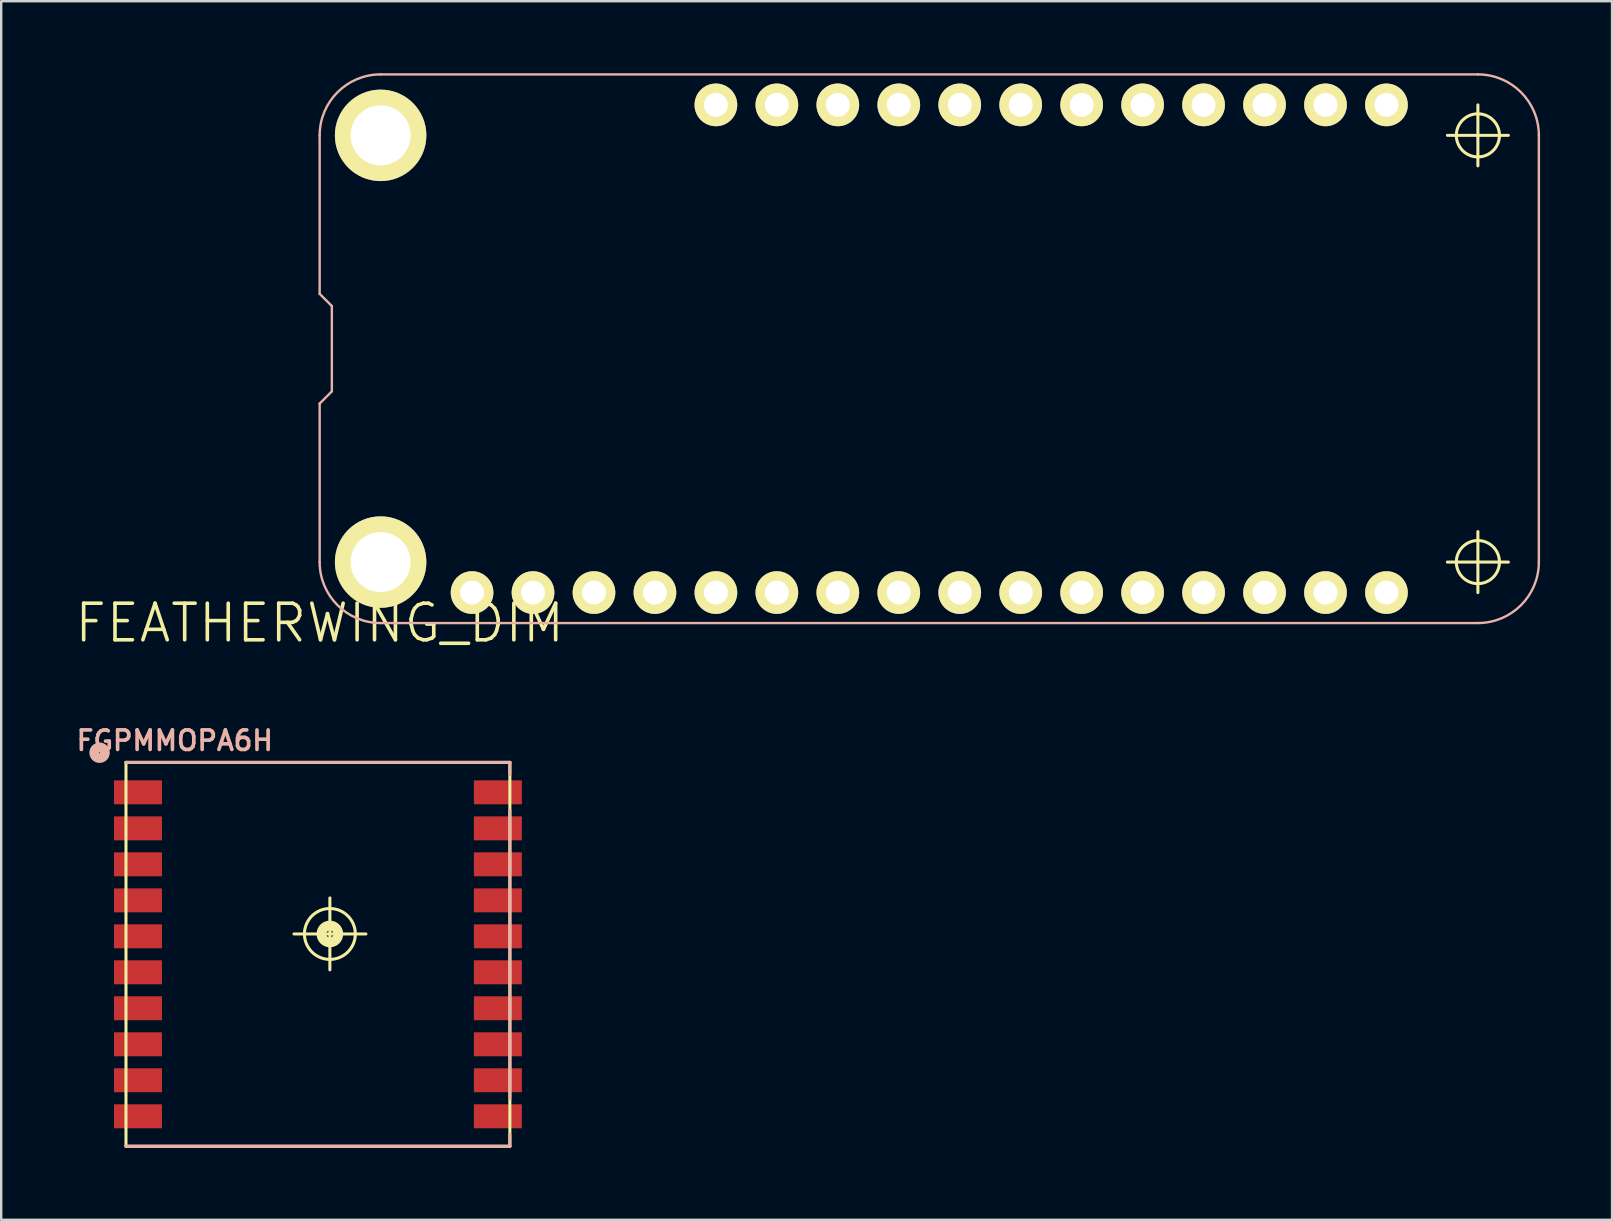
<source format=kicad_pcb>
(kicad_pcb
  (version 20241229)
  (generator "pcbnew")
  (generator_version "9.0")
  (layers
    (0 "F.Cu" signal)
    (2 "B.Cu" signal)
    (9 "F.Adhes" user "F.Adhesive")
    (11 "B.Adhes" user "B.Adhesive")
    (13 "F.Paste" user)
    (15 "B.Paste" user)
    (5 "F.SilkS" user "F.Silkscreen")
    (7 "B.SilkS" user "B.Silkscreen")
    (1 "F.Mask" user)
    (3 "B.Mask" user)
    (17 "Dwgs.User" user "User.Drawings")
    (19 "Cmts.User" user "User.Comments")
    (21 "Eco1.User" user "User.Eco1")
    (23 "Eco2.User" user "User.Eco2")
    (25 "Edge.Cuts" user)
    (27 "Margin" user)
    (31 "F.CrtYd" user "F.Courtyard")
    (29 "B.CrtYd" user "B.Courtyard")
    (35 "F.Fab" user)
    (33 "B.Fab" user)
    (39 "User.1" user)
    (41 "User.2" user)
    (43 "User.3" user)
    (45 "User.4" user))
  (footprint "FGPMMOPA6H"
    (layer "F.Cu")
    (at 10.197 36.713)
    (property "Reference" "FGPMMOPA6H" (at -5.966 -8.905 0) (layer "B.SilkS") (effects (font (size 0.813 0.813) (thickness 0.152))))
    (attr smd)
    (fp_line (start -7.998 -7.998) (end 7.998 -7.998) (stroke (width 0.127) (type solid)) (layer "F.SilkS"))
    (fp_line (start -7.998 7.998) (end -7.998 -7.998) (stroke (width 0.127) (type solid)) (layer "F.SilkS"))
    (fp_line (start -0.998 -0.848) (end 1.999 -0.848) (stroke (width 0.127) (type solid)) (layer "F.SilkS"))
    (fp_line (start 0.498 0.648) (end 0.498 -2.349) (stroke (width 0.127) (type solid)) (layer "F.SilkS"))
    (fp_line (start 7.998 -7.998) (end 7.998 7.998) (stroke (width 0.127) (type solid)) (layer "F.SilkS"))
    (fp_line (start 7.998 7.998) (end -7.998 7.998) (stroke (width 0.127) (type solid)) (layer "F.SilkS"))
    (fp_circle (center 0.498 -0.848) (end 0.747 -1.097) (stroke (width 0.406) (type solid)) (fill no) (layer "F.SilkS"))
    (fp_circle (center 0.498 -0.848) (end 1.247 -1.598) (stroke (width 0.127) (type solid)) (fill no) (layer "F.SilkS"))
    (fp_line (start -7.998 -7.998) (end 7.998 -7.998) (stroke (width 0.127) (type solid)) (layer "B.SilkS"))
    (fp_line (start 7.998 -7.998) (end 7.998 -7.498) (stroke (width 0.127) (type solid)) (layer "B.SilkS"))
    (fp_line (start 7.998 -5.999) (end 7.998 5.999) (stroke (width 0.127) (type solid)) (layer "B.SilkS"))
    (fp_line (start 7.998 7.498) (end 7.998 7.998) (stroke (width 0.127) (type solid)) (layer "B.SilkS"))
    (fp_line (start 7.998 7.998) (end -7.998 7.998) (stroke (width 0.127) (type solid)) (layer "B.SilkS"))
    (fp_circle (center -9.098 -8.4) (end -9.256 -8.557) (stroke (width 0.406) (type solid)) (fill no) (layer "B.SilkS"))
    (pad "P$1" smd rect (at -7.498 -6.749) (size 1.999 0.998) (layers "F.Cu" "F.Mask" "F.Paste"))
    (pad "P$2" smd rect (at -7.498 -5.248) (size 1.999 0.998) (layers "F.Cu" "F.Mask" "F.Paste"))
    (pad "P$3" smd rect (at -7.498 -3.749) (size 1.999 0.998) (layers "F.Cu" "F.Mask" "F.Paste"))
    (pad "P$4" smd rect (at -7.498 -2.248) (size 1.999 0.998) (layers "F.Cu" "F.Mask" "F.Paste"))
    (pad "P$5" smd rect (at -7.498 -0.749) (size 1.999 0.998) (layers "F.Cu" "F.Mask" "F.Paste"))
    (pad "P$6" smd rect (at -7.498 0.749) (size 1.999 0.998) (layers "F.Cu" "F.Mask" "F.Paste"))
    (pad "P$7" smd rect (at -7.498 2.248) (size 1.999 0.998) (layers "F.Cu" "F.Mask" "F.Paste"))
    (pad "P$8" smd rect (at -7.498 3.749) (size 1.999 0.998) (layers "F.Cu" "F.Mask" "F.Paste"))
    (pad "P$9" smd rect (at -7.498 5.248) (size 1.999 0.998) (layers "F.Cu" "F.Mask" "F.Paste"))
    (pad "P$10" smd rect (at -7.498 6.749) (size 1.999 0.998) (layers "F.Cu" "F.Mask" "F.Paste"))
    (pad "P$11" smd rect (at 7.498 6.749 180) (size 1.999 0.998) (layers "F.Cu" "F.Mask" "F.Paste"))
    (pad "P$12" smd rect (at 7.498 5.248 180) (size 1.999 0.998) (layers "F.Cu" "F.Mask" "F.Paste"))
    (pad "P$13" smd rect (at 7.498 3.749 180) (size 1.999 0.998) (layers "F.Cu" "F.Mask" "F.Paste"))
    (pad "P$14" smd rect (at 7.498 2.248 180) (size 1.999 0.998) (layers "F.Cu" "F.Mask" "F.Paste"))
    (pad "P$15" smd rect (at 7.498 0.749 180) (size 1.999 0.998) (layers "F.Cu" "F.Mask" "F.Paste"))
    (pad "P$16" smd rect (at 7.498 -0.749 180) (size 1.999 0.998) (layers "F.Cu" "F.Mask" "F.Paste"))
    (pad "P$17" smd rect (at 7.498 -2.248 180) (size 1.999 0.998) (layers "F.Cu" "F.Mask" "F.Paste"))
    (pad "P$18" smd rect (at 7.498 -3.749 180) (size 1.999 0.998) (layers "F.Cu" "F.Mask" "F.Paste"))
    (pad "P$19" smd rect (at 7.498 -5.248 180) (size 1.999 0.998) (layers "F.Cu" "F.Mask" "F.Paste"))
    (pad "P$20" smd rect (at 7.498 -6.749 180) (size 1.999 0.998) (layers "F.Cu" "F.Mask" "F.Paste")))
  (footprint "FEATHERWING_DIM"
    (layer "F.Cu")
    (at 10.269 22.91)
    (property "Reference" "FEATHERWING_DIM" (at 0 0 0) (layer "F.SilkS") (effects (font (size 1.524 1.524) (thickness 0.15))))
    (attr exclude_from_pos_files exclude_from_bom)
    (fp_line (start 46.99 -20.32) (end 49.53 -20.32) (stroke (width 0.127) (type solid)) (layer "F.SilkS"))
    (fp_line (start 46.99 -2.54) (end 49.53 -2.54) (stroke (width 0.127) (type solid)) (layer "F.SilkS"))
    (fp_line (start 48.26 -19.05) (end 48.26 -21.59) (stroke (width 0.127) (type solid)) (layer "F.SilkS"))
    (fp_line (start 48.26 -1.27) (end 48.26 -3.81) (stroke (width 0.127) (type solid)) (layer "F.SilkS"))
    (fp_circle (center 48.26 -20.32) (end 48.895 -20.955) (stroke (width 0.127) (type solid)) (fill no) (layer "F.SilkS"))
    (fp_circle (center 48.26 -2.54) (end 48.895 -3.175) (stroke (width 0.127) (type solid)) (fill no) (layer "F.SilkS"))
    (fp_line (start 0 -20.32) (end 0 -13.716) (stroke (width 0.1) (type solid)) (layer "B.SilkS"))
    (fp_line (start 0 -13.716) (end 0.508 -13.208) (stroke (width 0.1) (type solid)) (layer "B.SilkS"))
    (fp_line (start 0 -9.144) (end 0 -2.54) (stroke (width 0.1) (type solid)) (layer "B.SilkS"))
    (fp_line (start 0.508 -13.208) (end 0.508 -9.652) (stroke (width 0.1) (type solid)) (layer "B.SilkS"))
    (fp_line (start 0.508 -9.652) (end 0 -9.144) (stroke (width 0.1) (type solid)) (layer "B.SilkS"))
    (fp_line (start 2.54 0) (end 48.26 0) (stroke (width 0.1) (type solid)) (layer "B.SilkS"))
    (fp_line (start 48.26 -22.86) (end 2.54 -22.86) (stroke (width 0.1) (type solid)) (layer "B.SilkS"))
    (fp_line (start 50.8 -2.54) (end 50.8 -20.32) (stroke (width 0.1) (type solid)) (layer "B.SilkS"))
    (fp_arc (start 0 -20.32) (mid 0.743949 -22.116051) (end 2.54 -22.86) (stroke (width 0.1) (type solid)) (layer "B.SilkS"))
    (fp_arc (start 2.54 0) (mid 0.743949 -0.743949) (end 0 -2.54) (stroke (width 0.1) (type solid)) (layer "B.SilkS"))
    (fp_arc (start 48.26 -22.86) (mid 50.056051 -22.116051) (end 50.8 -20.32) (stroke (width 0.1) (type solid)) (layer "B.SilkS"))
    (fp_arc (start 50.8 -2.54) (mid 50.056051 -0.743949) (end 48.26 0) (stroke (width 0.1) (type solid)) (layer "B.SilkS"))
    (pad "1" thru_hole circle (at 6.35 -1.27) (size 1.778 1.778) (drill 0.998) (layers "*.Cu" "F.Mask" "F.SilkS" "F.Paste"))
    (pad "2" thru_hole circle (at 8.89 -1.27) (size 1.778 1.778) (drill 0.998) (layers "*.Cu" "F.Mask" "F.SilkS" "F.Paste"))
    (pad "3" thru_hole circle (at 11.43 -1.27) (size 1.778 1.778) (drill 0.998) (layers "*.Cu" "F.Mask" "F.SilkS" "F.Paste"))
    (pad "4" thru_hole circle (at 13.97 -1.27) (size 1.778 1.778) (drill 0.998) (layers "*.Cu" "F.Mask" "F.SilkS" "F.Paste"))
    (pad "5" thru_hole circle (at 16.51 -1.27) (size 1.778 1.778) (drill 0.998) (layers "*.Cu" "F.Mask" "F.SilkS" "F.Paste"))
    (pad "6" thru_hole circle (at 19.05 -1.27) (size 1.778 1.778) (drill 0.998) (layers "*.Cu" "F.Mask" "F.SilkS" "F.Paste"))
    (pad "7" thru_hole circle (at 21.59 -1.27) (size 1.778 1.778) (drill 0.998) (layers "*.Cu" "F.Mask" "F.SilkS" "F.Paste"))
    (pad "8" thru_hole circle (at 24.13 -1.27) (size 1.778 1.778) (drill 0.998) (layers "*.Cu" "F.Mask" "F.SilkS" "F.Paste"))
    (pad "9" thru_hole circle (at 26.67 -1.27) (size 1.778 1.778) (drill 0.998) (layers "*.Cu" "F.Mask" "F.SilkS" "F.Paste"))
    (pad "10" thru_hole circle (at 29.21 -1.27) (size 1.778 1.778) (drill 0.998) (layers "*.Cu" "F.Mask" "F.SilkS" "F.Paste"))
    (pad "11" thru_hole circle (at 31.75 -1.27) (size 1.778 1.778) (drill 0.998) (layers "*.Cu" "F.Mask" "F.SilkS" "F.Paste"))
    (pad "12" thru_hole circle (at 34.29 -1.27) (size 1.778 1.778) (drill 0.998) (layers "*.Cu" "F.Mask" "F.SilkS" "F.Paste"))
    (pad "13" thru_hole circle (at 36.83 -1.27) (size 1.778 1.778) (drill 0.998) (layers "*.Cu" "F.Mask" "F.SilkS" "F.Paste"))
    (pad "14" thru_hole circle (at 39.37 -1.27) (size 1.778 1.778) (drill 0.998) (layers "*.Cu" "F.Mask" "F.SilkS" "F.Paste"))
    (pad "15" thru_hole circle (at 41.91 -1.27) (size 1.778 1.778) (drill 0.998) (layers "*.Cu" "F.Mask" "F.SilkS" "F.Paste"))
    (pad "16" thru_hole circle (at 44.45 -1.27) (size 1.778 1.778) (drill 0.998) (layers "*.Cu" "F.Mask" "F.SilkS" "F.Paste"))
    (pad "17" thru_hole circle (at 44.45 -21.59) (size 1.778 1.778) (drill 0.998) (layers "*.Cu" "F.Mask" "F.SilkS" "F.Paste"))
    (pad "18" thru_hole circle (at 41.91 -21.59) (size 1.778 1.778) (drill 0.998) (layers "*.Cu" "F.Mask" "F.SilkS" "F.Paste"))
    (pad "19" thru_hole circle (at 39.37 -21.59) (size 1.778 1.778) (drill 0.998) (layers "*.Cu" "F.Mask" "F.SilkS" "F.Paste"))
    (pad "20" thru_hole circle (at 36.83 -21.59) (size 1.778 1.778) (drill 0.998) (layers "*.Cu" "F.Mask" "F.SilkS" "F.Paste"))
    (pad "21" thru_hole circle (at 34.29 -21.59) (size 1.778 1.778) (drill 0.998) (layers "*.Cu" "F.Mask" "F.SilkS" "F.Paste"))
    (pad "22" thru_hole circle (at 31.75 -21.59) (size 1.778 1.778) (drill 0.998) (layers "*.Cu" "F.Mask" "F.SilkS" "F.Paste"))
    (pad "23" thru_hole circle (at 29.21 -21.59) (size 1.778 1.778) (drill 0.998) (layers "*.Cu" "F.Mask" "F.SilkS" "F.Paste"))
    (pad "24" thru_hole circle (at 26.67 -21.59) (size 1.778 1.778) (drill 0.998) (layers "*.Cu" "F.Mask" "F.SilkS" "F.Paste"))
    (pad "25" thru_hole circle (at 24.13 -21.59) (size 1.778 1.778) (drill 0.998) (layers "*.Cu" "F.Mask" "F.SilkS" "F.Paste"))
    (pad "26" thru_hole circle (at 21.59 -21.59) (size 1.778 1.778) (drill 0.998) (layers "*.Cu" "F.Mask" "F.SilkS" "F.Paste"))
    (pad "27" thru_hole circle (at 19.05 -21.59) (size 1.778 1.778) (drill 0.998) (layers "*.Cu" "F.Mask" "F.SilkS" "F.Paste"))
    (pad "28" thru_hole circle (at 16.51 -21.59) (size 1.778 1.778) (drill 0.998) (layers "*.Cu" "F.Mask" "F.SilkS" "F.Paste"))
    (pad "P$1" thru_hole circle (at 2.54 -20.32) (size 3.81 3.81) (drill 2.499) (layers "*.Cu" "F.Mask" "F.SilkS" "F.Paste"))
    (pad "P$2" thru_hole circle (at 2.54 -2.54) (size 3.81 3.81) (drill 2.499) (layers "*.Cu" "F.Mask" "F.SilkS" "F.Paste")))
  (gr_rect
    (start -3 -3)
    (end 64.119 47.775)
    (stroke (width 0.1) (type default))
    (fill no)
    (layer "Edge.Cuts")))
</source>
